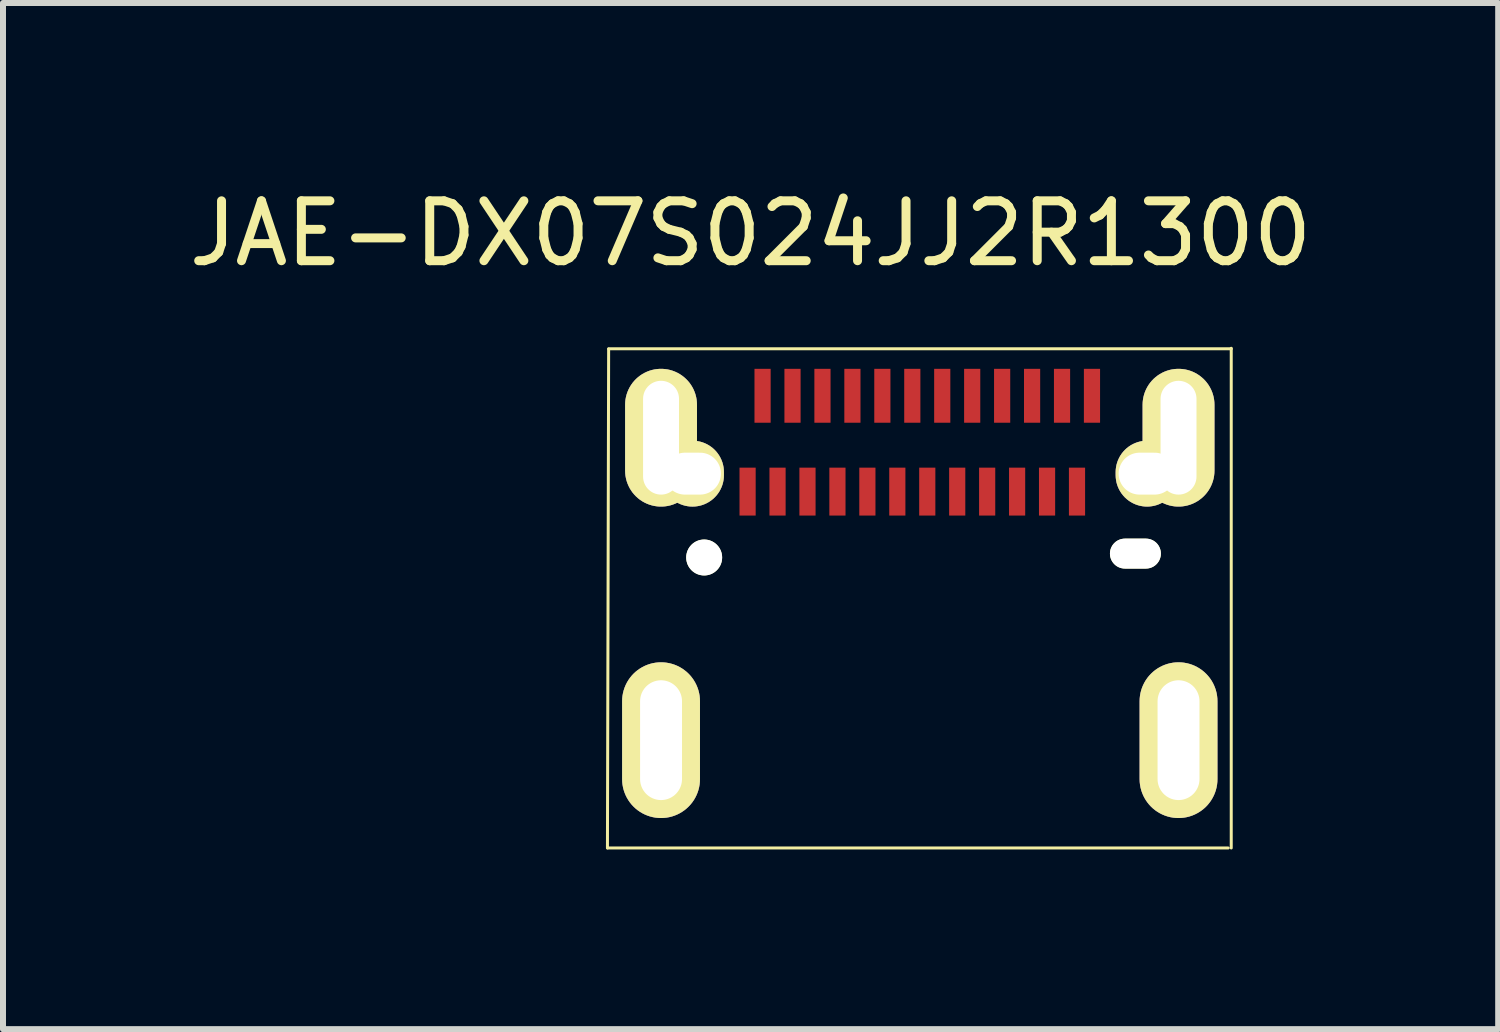
<source format=kicad_pcb>
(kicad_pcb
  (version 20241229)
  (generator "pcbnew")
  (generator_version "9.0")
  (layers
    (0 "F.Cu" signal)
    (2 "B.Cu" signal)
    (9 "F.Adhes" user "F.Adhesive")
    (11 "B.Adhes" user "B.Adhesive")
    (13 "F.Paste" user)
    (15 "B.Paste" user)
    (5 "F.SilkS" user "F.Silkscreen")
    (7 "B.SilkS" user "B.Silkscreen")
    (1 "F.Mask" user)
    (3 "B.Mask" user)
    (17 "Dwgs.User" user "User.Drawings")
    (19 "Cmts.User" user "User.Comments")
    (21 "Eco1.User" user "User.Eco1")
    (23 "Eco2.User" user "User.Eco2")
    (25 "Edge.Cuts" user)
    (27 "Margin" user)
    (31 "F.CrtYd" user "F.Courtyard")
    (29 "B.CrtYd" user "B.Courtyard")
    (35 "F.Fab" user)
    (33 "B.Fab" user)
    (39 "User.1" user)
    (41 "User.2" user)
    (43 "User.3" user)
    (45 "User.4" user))
  (footprint "JAE-DX07S024JJ2R1300"
    (layer "F.Cu")
    (at 8.707 6.258)
    (property "Reference" "JAE-DX07S024JJ2R1300" (at 0.775 -5.41 0) (layer "F.SilkS") (effects (font (size 1 1) (thickness 0.15))))
    (attr through_hole)
    (fp_line (start -1.613 4.85) (end 8.75 4.85) (stroke (width 0.05) (type solid)) (layer "F.SilkS"))
    (fp_line (start -1.595 -3.48) (end -1.615 4.85) (stroke (width 0.05) (type solid)) (layer "F.SilkS"))
    (fp_line (start 8.8 -3.485) (end -1.595 -3.485) (stroke (width 0.05) (type solid)) (layer "F.SilkS"))
    (fp_line (start 8.8 4.85) (end 8.8 -3.493) (stroke (width 0.05) (type solid)) (layer "F.SilkS"))
    (pad "" thru_hole oval (at -0.72 -2 90) (size 2.3 1.2) (drill oval 1.9 0.6) (layers "*.Cu" "*.Mask" "F.SilkS"))
    (pad "" thru_hole oval (at -0.72 3.05 90) (size 2.6 1.3) (drill oval 2 0.7) (layers "*.Cu" "*.Mask" "F.SilkS"))
    (pad "" thru_hole oval (at -0.195 -1.4 180) (size 1.05 1.1) (drill oval 0.95 0.7) (layers "*.Cu" "*.Mask" "F.SilkS"))
    (pad "" np_thru_hole circle (at 0 0 180) (size 0.6 0.6) (drill 0.6) (layers "*.Cu" "*.Mask" "F.SilkS"))
    (pad "" np_thru_hole oval (at 7.2 -0.065 180) (size 0.85 0.5) (drill oval 0.85 0.5) (layers "*.Cu" "*.Mask" "F.SilkS"))
    (pad "" thru_hole oval (at 7.395 -1.4 180) (size 1.05 1.1) (drill oval 0.95 0.7) (layers "*.Cu" "*.Mask" "F.SilkS"))
    (pad "" thru_hole oval (at 7.92 -2 90) (size 2.3 1.2) (drill oval 1.9 0.6) (layers "*.Cu" "*.Mask" "F.SilkS"))
    (pad "" thru_hole oval (at 7.92 3.05 90) (size 2.6 1.3) (drill oval 2 0.7) (layers "*.Cu" "*.Mask" "F.SilkS"))
    (pad "A1" smd rect (at 0.975 -2.7) (size 0.27 0.9) (layers "F.Cu" "F.Mask" "F.Paste"))
    (pad "A2" smd rect (at 1.475 -2.7) (size 0.27 0.9) (layers "F.Cu" "F.Mask" "F.Paste"))
    (pad "A3" smd rect (at 1.975 -2.7) (size 0.27 0.9) (layers "F.Cu" "F.Mask" "F.Paste"))
    (pad "A4" smd rect (at 2.475 -2.7) (size 0.27 0.9) (layers "F.Cu" "F.Mask" "F.Paste"))
    (pad "A5" smd rect (at 2.975 -2.7) (size 0.27 0.9) (layers "F.Cu" "F.Mask" "F.Paste"))
    (pad "A6" smd rect (at 3.475 -2.7) (size 0.27 0.9) (layers "F.Cu" "F.Mask" "F.Paste"))
    (pad "A7" smd rect (at 3.975 -2.7) (size 0.27 0.9) (layers "F.Cu" "F.Mask" "F.Paste"))
    (pad "A8" smd rect (at 4.475 -2.7) (size 0.27 0.9) (layers "F.Cu" "F.Mask" "F.Paste"))
    (pad "A9" smd rect (at 4.975 -2.7) (size 0.27 0.9) (layers "F.Cu" "F.Mask" "F.Paste"))
    (pad "A10" smd rect (at 5.475 -2.7) (size 0.27 0.9) (layers "F.Cu" "F.Mask" "F.Paste"))
    (pad "A11" smd rect (at 5.975 -2.7) (size 0.27 0.9) (layers "F.Cu" "F.Mask" "F.Paste"))
    (pad "A12" smd rect (at 6.475 -2.7) (size 0.27 0.9) (layers "F.Cu" "F.Mask" "F.Paste"))
    (pad "B1" smd rect (at 6.225 -1.1) (size 0.27 0.8) (layers "F.Cu" "F.Mask" "F.Paste"))
    (pad "B2" smd rect (at 5.725 -1.1) (size 0.27 0.8) (layers "F.Cu" "F.Mask" "F.Paste"))
    (pad "B3" smd rect (at 5.225 -1.1) (size 0.27 0.8) (layers "F.Cu" "F.Mask" "F.Paste"))
    (pad "B4" smd rect (at 4.725 -1.1) (size 0.27 0.8) (layers "F.Cu" "F.Mask" "F.Paste"))
    (pad "B5" smd rect (at 4.225 -1.1) (size 0.27 0.8) (layers "F.Cu" "F.Mask" "F.Paste"))
    (pad "B6" smd rect (at 3.725 -1.1) (size 0.27 0.8) (layers "F.Cu" "F.Mask" "F.Paste"))
    (pad "B7" smd rect (at 3.225 -1.1) (size 0.27 0.8) (layers "F.Cu" "F.Mask" "F.Paste"))
    (pad "B8" smd rect (at 2.725 -1.1) (size 0.27 0.8) (layers "F.Cu" "F.Mask" "F.Paste"))
    (pad "B9" smd rect (at 2.225 -1.1) (size 0.27 0.8) (layers "F.Cu" "F.Mask" "F.Paste"))
    (pad "B10" smd rect (at 1.725 -1.1) (size 0.27 0.8) (layers "F.Cu" "F.Mask" "F.Paste"))
    (pad "B11" smd rect (at 1.225 -1.1) (size 0.27 0.8) (layers "F.Cu" "F.Mask" "F.Paste"))
    (pad "B12" smd rect (at 0.725 -1.1) (size 0.27 0.8) (layers "F.Cu" "F.Mask" "F.Paste")))
  (gr_rect
    (start -3 -3)
    (end 21.964 14.133)
    (stroke (width 0.1) (type default))
    (fill no)
    (layer "Edge.Cuts")))
</source>
